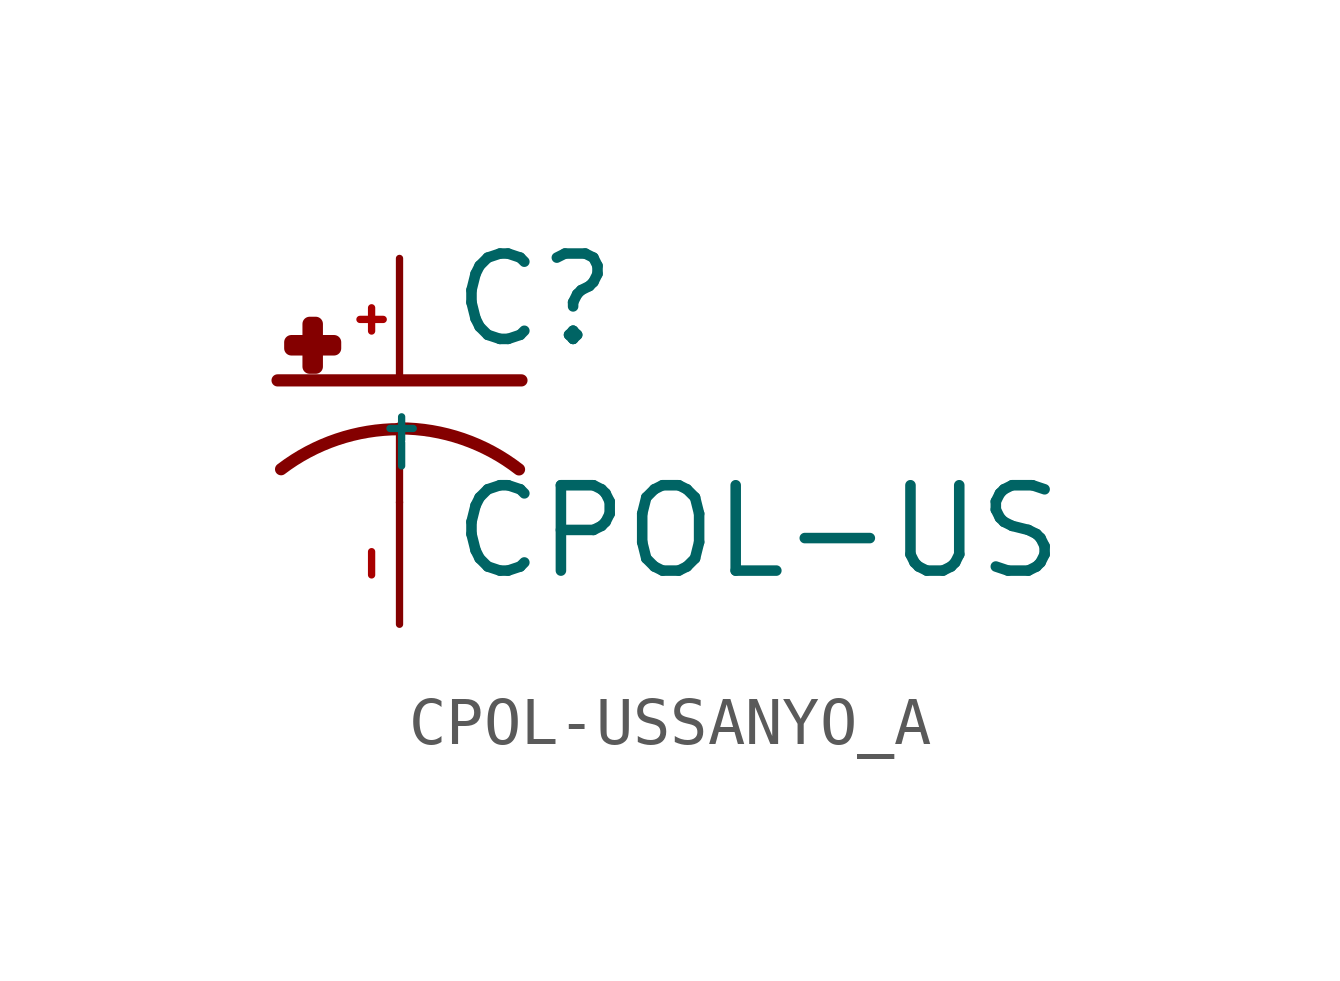
<source format=kicad_sym>
(kicad_symbol_lib
  (version 20220914)
  (generator Eagle2Kicad)
  (symbol "CPOL-USSANYO_A"
    (property "Reference" "C"
      (at 1.016 0.635 0)
      (effects (font (size 1.778 1.778) (thickness 0.22)) (justify left bottom)))
    (property "Value" "CPOL-US"
      (at 1.016 -4.191 0)
      (effects (font (size 1.778 1.778) (thickness 0.22)) (justify left bottom)))
    (polyline
      (pts (xy -2.54 0) (xy 2.54 0))
      (stroke (width 0.254) (type default))
      (fill (type none)))
    (polyline
      (pts (xy 0 -1.016) (xy 0 -2.54))
      (stroke (width 0.152) (type default))
      (fill (type none)))
    (arc
      (start 2.4892 -1.8542)
      (mid 1.316 -1.220)
      (end 0 -1)
      (stroke (width 0.254) (type default))
      (fill (type none)))
    (arc
      (start 0 -1.0161)
      (mid -1.302 -1.230)
      (end -2.4669 -1.8504)
      (stroke (width 0.254) (type default))
      (fill (type none)))
    (rectangle
      (start -2.253 0.668)
      (end -1.364 0.795)
      (stroke (width 0.3) (type default))
      (fill (type outline)))
    (rectangle
      (start -1.872 0.287)
      (end -1.745 1.176)
      (stroke (width 0.3) (type default))
      (fill (type outline)))
    (pin passive line
      (at 0 2.54 270)
      (length 2.54)
      (name "+" (effects (font (size 0.635 0.635) (thickness 0.08)) (justify left bottom)))
      (number "+" (effects (font (size 0.635 0.635) (thickness 0.08)) (justify left bottom))))
    (pin passive line
      (at 0 -5.08 90)
      (length 2.54)
      (name "-" (effects (font (size 0.635 0.635) (thickness 0.08)) (justify left bottom)))
      (number "-" (effects (font (size 0.635 0.635) (thickness 0.08)) (justify left bottom))))))
</source>
